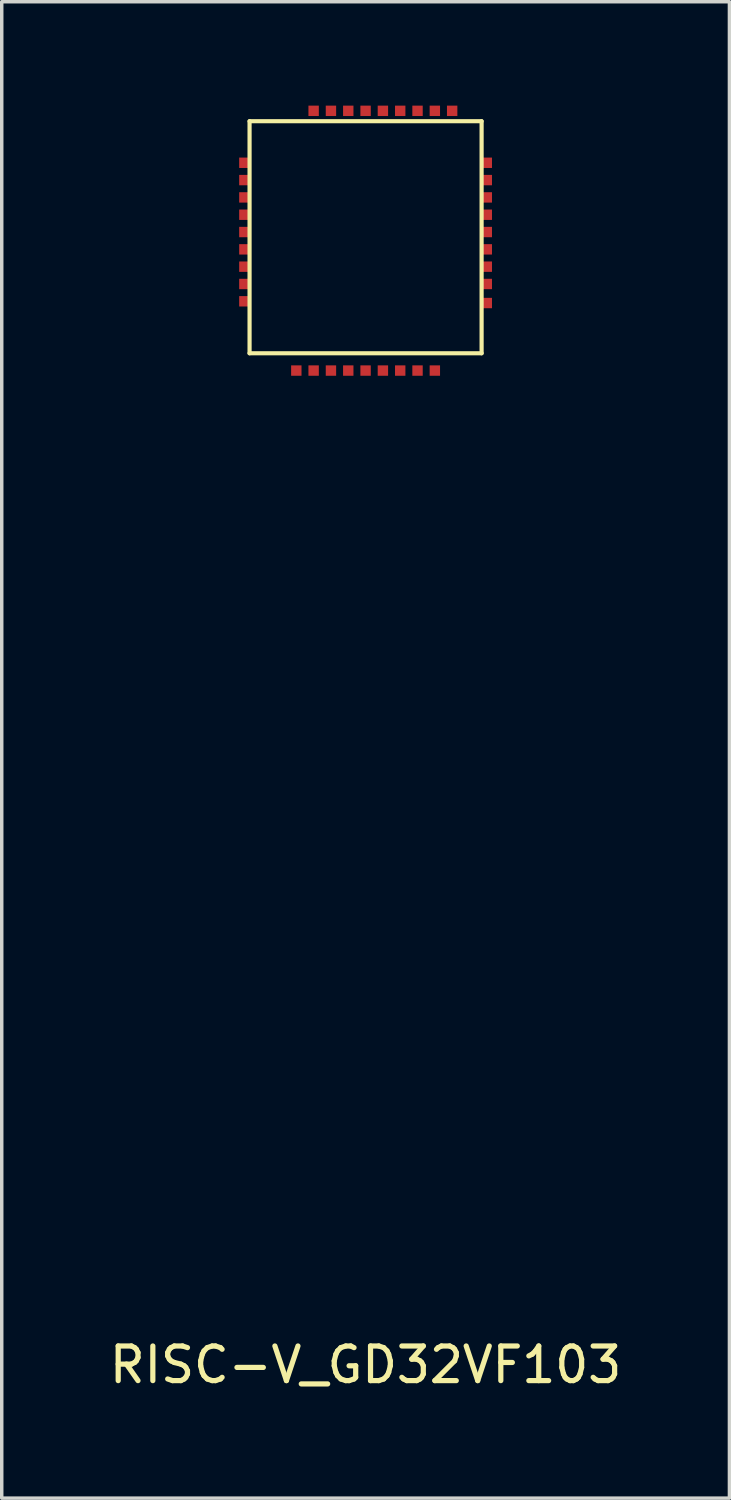
<source format=kicad_pcb>
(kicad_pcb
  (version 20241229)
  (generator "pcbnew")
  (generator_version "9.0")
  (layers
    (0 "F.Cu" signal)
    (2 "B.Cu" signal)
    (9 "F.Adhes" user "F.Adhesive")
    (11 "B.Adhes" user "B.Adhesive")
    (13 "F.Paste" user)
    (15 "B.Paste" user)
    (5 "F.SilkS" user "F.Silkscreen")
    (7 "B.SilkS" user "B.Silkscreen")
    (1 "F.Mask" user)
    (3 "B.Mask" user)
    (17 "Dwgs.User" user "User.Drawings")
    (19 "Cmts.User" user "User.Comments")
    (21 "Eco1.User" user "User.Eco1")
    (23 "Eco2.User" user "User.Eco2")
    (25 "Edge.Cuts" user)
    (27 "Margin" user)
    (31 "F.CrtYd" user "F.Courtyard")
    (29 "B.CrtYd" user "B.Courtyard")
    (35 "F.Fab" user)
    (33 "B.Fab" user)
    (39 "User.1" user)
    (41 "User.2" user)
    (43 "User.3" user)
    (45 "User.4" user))
  (footprint "RISC-V_GD32VF103"
    (layer "F.Cu")
    (at 7.506 7.15)
    (property "Reference" "RISC-V_GD32VF103" (at 0 29.21 0) (layer "F.SilkS") (effects (font (size 1 1) (thickness 0.15))))
    (attr through_hole)
    (fp_line (start -3.35 -6.7) (end 3.35 -6.7) (stroke (width 0.12) (type solid)) (layer "F.SilkS"))
    (fp_line (start -3.35 0) (end -3.35 -6.7) (stroke (width 0.12) (type solid)) (layer "F.SilkS"))
    (fp_line (start -3.35 0) (end 3.35 0) (stroke (width 0.12) (type solid)) (layer "F.SilkS"))
    (fp_line (start 3.35 0) (end 3.35 -6.7) (stroke (width 0.12) (type solid)) (layer "F.SilkS"))
    (pad "1" smd rect (at -3.5 -5.5) (size 0.3 0.3) (layers "F.Cu" "F.Mask" "F.Paste"))
    (pad "2" smd rect (at -3.5 -5) (size 0.3 0.3) (layers "F.Cu" "F.Mask" "F.Paste"))
    (pad "3" smd rect (at -3.5 -4.5) (size 0.3 0.3) (layers "F.Cu" "F.Mask" "F.Paste"))
    (pad "4" smd rect (at -3.5 -4) (size 0.3 0.3) (layers "F.Cu" "F.Mask" "F.Paste"))
    (pad "5" smd rect (at -3.5 -3.5) (size 0.3 0.3) (layers "F.Cu" "F.Mask" "F.Paste"))
    (pad "6" smd rect (at -3.5 -3) (size 0.3 0.3) (layers "F.Cu" "F.Mask" "F.Paste"))
    (pad "7" smd rect (at -3.5 -2.5) (size 0.3 0.3) (layers "F.Cu" "F.Mask" "F.Paste"))
    (pad "8" smd rect (at -3.5 -2) (size 0.3 0.3) (layers "F.Cu" "F.Mask" "F.Paste"))
    (pad "9" smd rect (at -3.5 -1.5) (size 0.3 0.3) (layers "F.Cu" "F.Mask" "F.Paste"))
    (pad "10" smd rect (at -2 0.5) (size 0.3 0.3) (layers "F.Cu" "F.Mask" "F.Paste"))
    (pad "11" smd rect (at -1.5 0.5) (size 0.3 0.3) (layers "F.Cu" "F.Mask" "F.Paste"))
    (pad "12" smd rect (at -1 0.5) (size 0.3 0.3) (layers "F.Cu" "F.Mask" "F.Paste"))
    (pad "13" smd rect (at -0.5 0.5) (size 0.3 0.3) (layers "F.Cu" "F.Mask" "F.Paste"))
    (pad "14" smd rect (at 0 0.5) (size 0.3 0.3) (layers "F.Cu" "F.Mask" "F.Paste"))
    (pad "15" smd rect (at 0.5 0.5) (size 0.3 0.3) (layers "F.Cu" "F.Mask" "F.Paste"))
    (pad "16" smd rect (at 1 0.5) (size 0.3 0.3) (layers "F.Cu" "F.Mask" "F.Paste"))
    (pad "17" smd rect (at 1.5 0.5) (size 0.3 0.3) (layers "F.Cu" "F.Mask" "F.Paste"))
    (pad "18" smd rect (at 2 0.5) (size 0.3 0.3) (layers "F.Cu" "F.Mask" "F.Paste"))
    (pad "19" smd rect (at 3.5 -1.45) (size 0.3 0.3) (layers "F.Cu" "F.Mask" "F.Paste"))
    (pad "20" smd rect (at 3.5 -2) (size 0.3 0.3) (layers "F.Cu" "F.Mask" "F.Paste"))
    (pad "21" smd rect (at 3.5 -2.5) (size 0.3 0.3) (layers "F.Cu" "F.Mask" "F.Paste"))
    (pad "22" smd rect (at 3.5 -3) (size 0.3 0.3) (layers "F.Cu" "F.Mask" "F.Paste"))
    (pad "23" smd rect (at 3.5 -3.5) (size 0.3 0.3) (layers "F.Cu" "F.Mask" "F.Paste"))
    (pad "24" smd rect (at 3.5 -4) (size 0.3 0.3) (layers "F.Cu" "F.Mask" "F.Paste"))
    (pad "25" smd rect (at 3.5 -4.5) (size 0.3 0.3) (layers "F.Cu" "F.Mask" "F.Paste"))
    (pad "26" smd rect (at 3.5 -5) (size 0.3 0.3) (layers "F.Cu" "F.Mask" "F.Paste"))
    (pad "27" smd rect (at 3.5 -5.5) (size 0.3 0.3) (layers "F.Cu" "F.Mask" "F.Paste"))
    (pad "28" smd rect (at 2.5 -7) (size 0.3 0.3) (layers "F.Cu" "F.Mask" "F.Paste"))
    (pad "29" smd rect (at 2 -7) (size 0.3 0.3) (layers "F.Cu" "F.Mask" "F.Paste"))
    (pad "30" smd rect (at 1.5 -7) (size 0.3 0.3) (layers "F.Cu" "F.Mask" "F.Paste"))
    (pad "31" smd rect (at 1 -7) (size 0.3 0.3) (layers "F.Cu" "F.Mask" "F.Paste"))
    (pad "32" smd rect (at 0.5 -7) (size 0.3 0.3) (layers "F.Cu" "F.Mask" "F.Paste"))
    (pad "33" smd rect (at 0 -7) (size 0.3 0.3) (layers "F.Cu" "F.Mask" "F.Paste"))
    (pad "34" smd rect (at -0.5 -7) (size 0.3 0.3) (layers "F.Cu" "F.Mask" "F.Paste"))
    (pad "35" smd rect (at -1 -7) (size 0.3 0.3) (layers "F.Cu" "F.Mask" "F.Paste"))
    (pad "36" smd rect (at -1.5 -7) (size 0.3 0.3) (layers "F.Cu" "F.Mask" "F.Paste")))
  (gr_rect
    (start -3 -3)
    (end 18.012 40.208)
    (stroke (width 0.1) (type default))
    (fill no)
    (layer "Edge.Cuts")))
</source>
